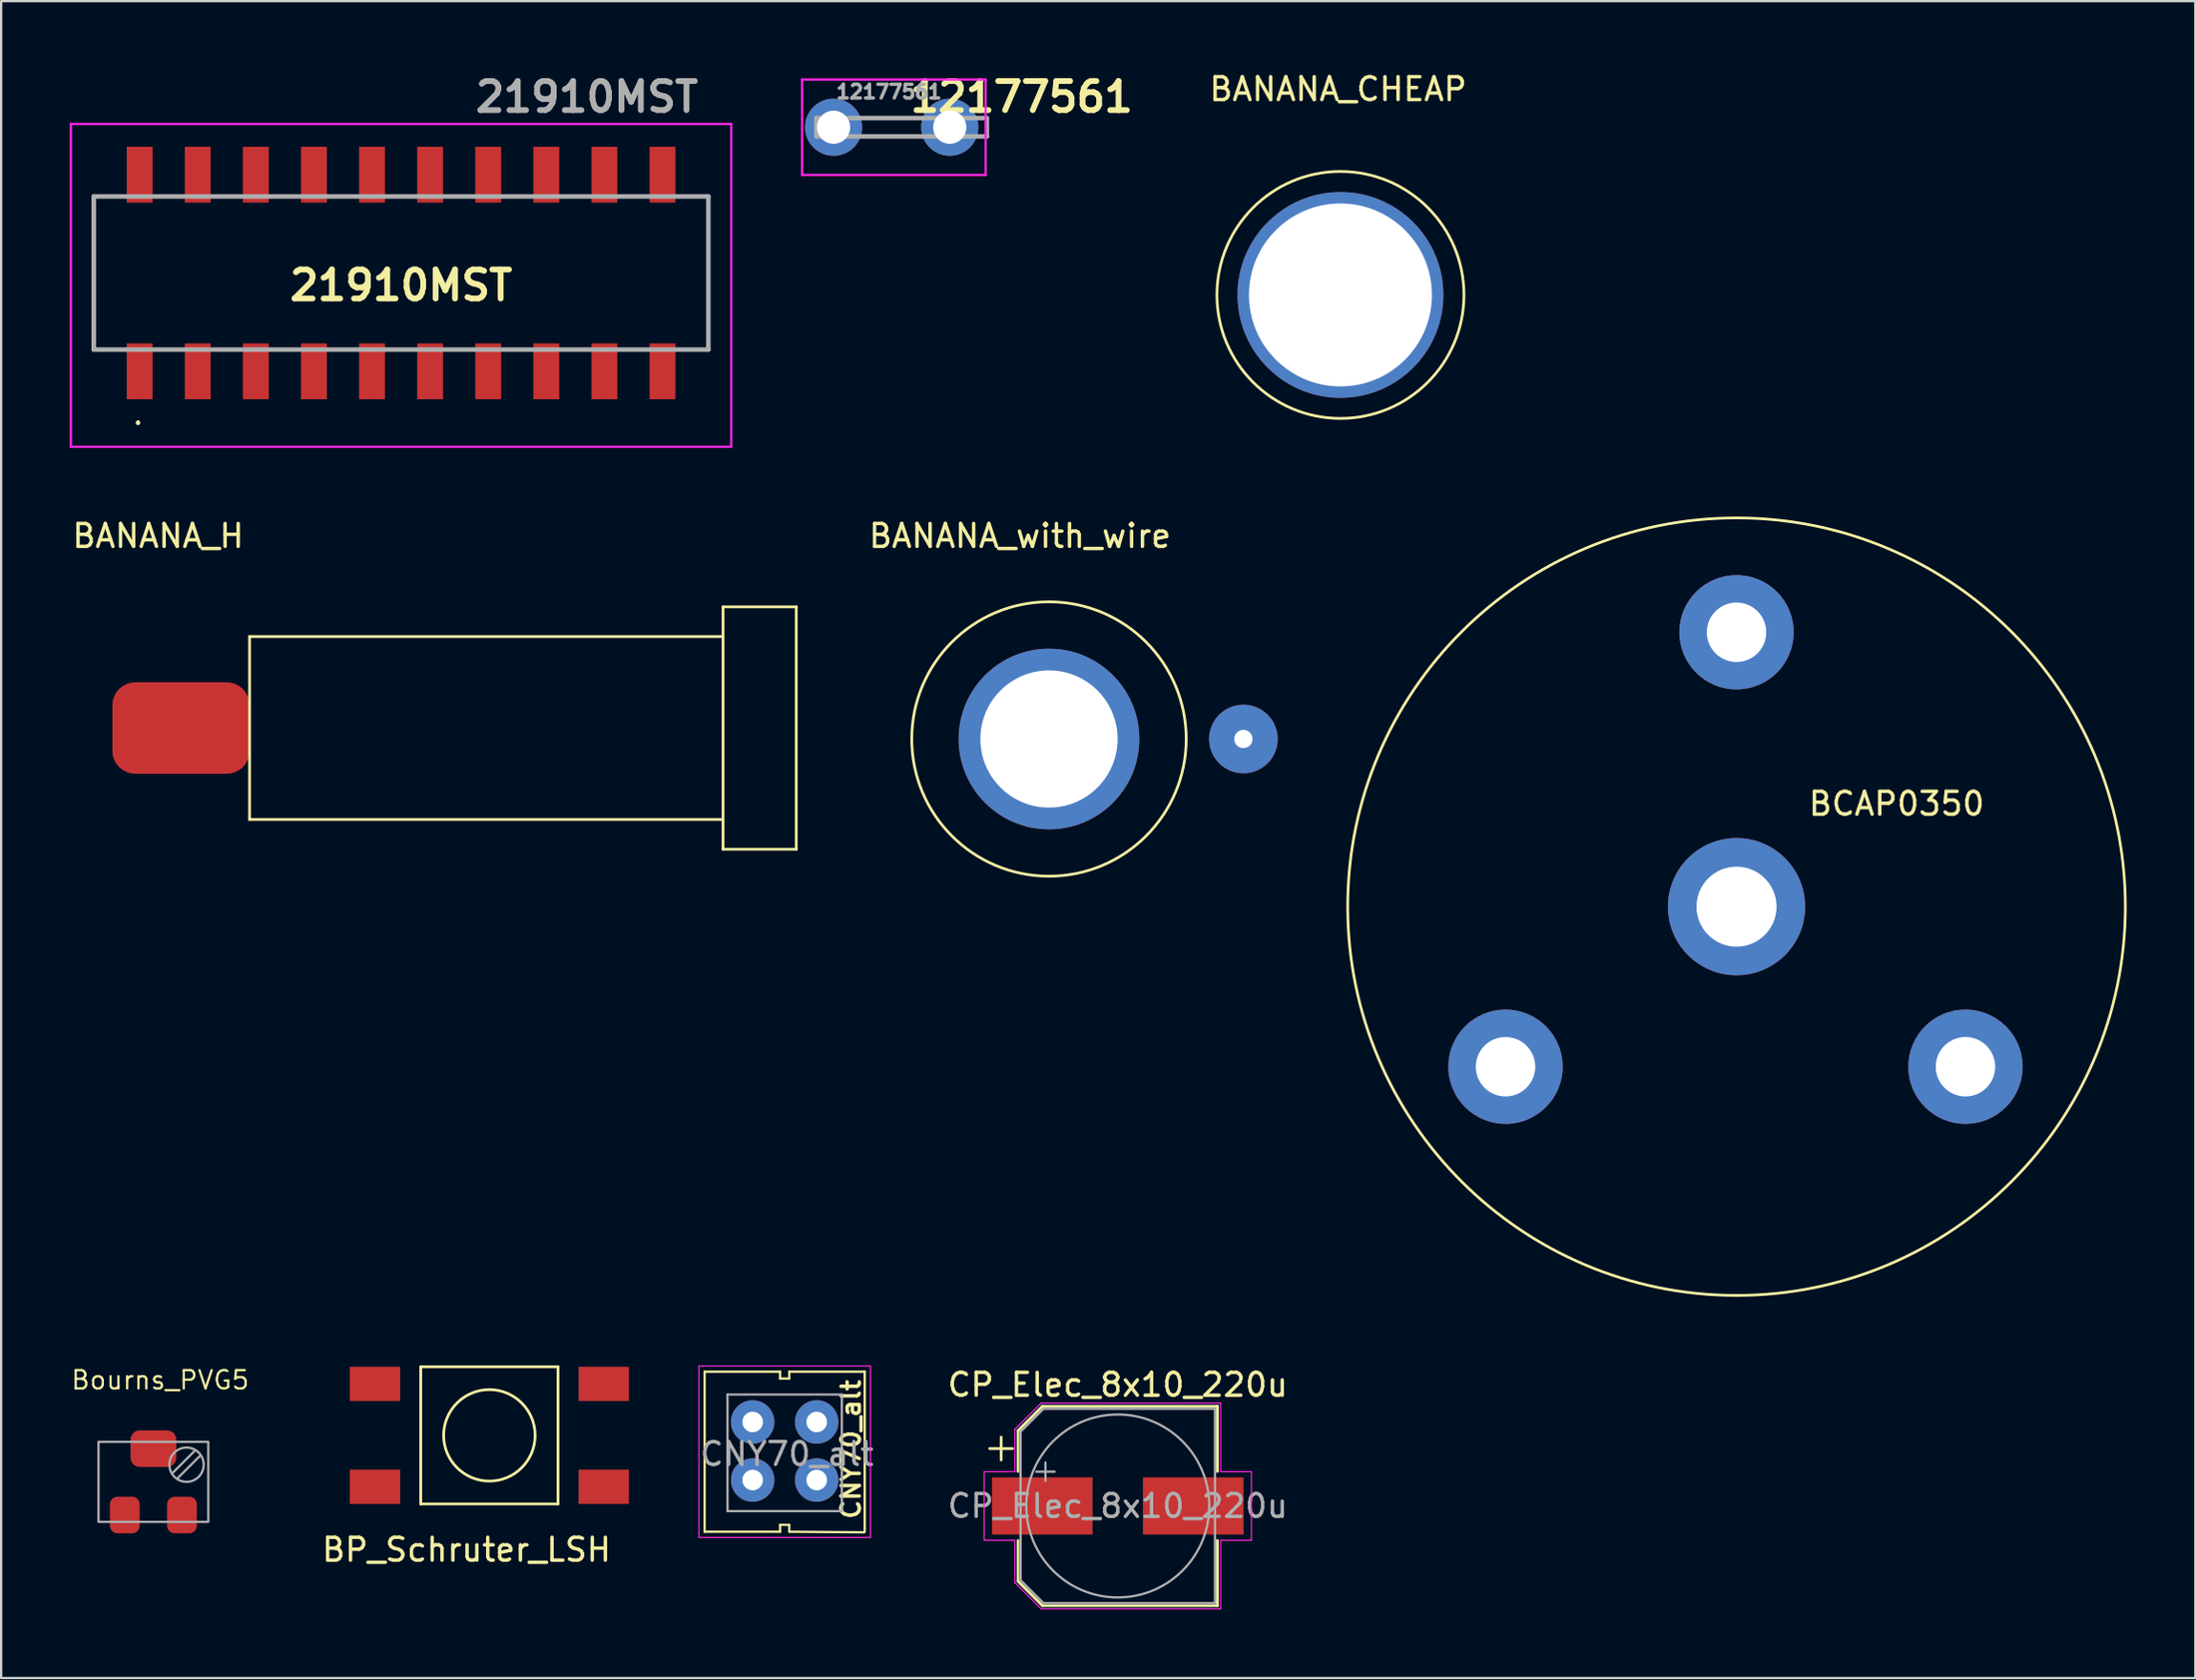
<source format=kicad_pcb>
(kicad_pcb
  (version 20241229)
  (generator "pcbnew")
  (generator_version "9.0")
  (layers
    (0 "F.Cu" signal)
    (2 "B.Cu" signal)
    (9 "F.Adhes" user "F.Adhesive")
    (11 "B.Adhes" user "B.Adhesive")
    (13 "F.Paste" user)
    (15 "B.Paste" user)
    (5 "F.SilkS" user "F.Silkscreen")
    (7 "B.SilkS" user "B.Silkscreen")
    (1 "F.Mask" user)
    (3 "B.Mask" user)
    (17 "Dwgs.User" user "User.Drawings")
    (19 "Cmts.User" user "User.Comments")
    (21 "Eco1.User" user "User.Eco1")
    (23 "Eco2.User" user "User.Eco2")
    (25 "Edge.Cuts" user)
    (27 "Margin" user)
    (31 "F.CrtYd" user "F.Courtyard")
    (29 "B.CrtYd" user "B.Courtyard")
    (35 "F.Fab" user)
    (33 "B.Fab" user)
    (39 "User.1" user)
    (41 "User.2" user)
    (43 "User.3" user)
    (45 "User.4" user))
  (footprint "Bourns_PVG5"
    (layer "F.Cu")
    (at 3.656 61.752)
    (property "Reference" "Bourns_PVG5" (at 0.3 -4.45 0) (unlocked yes) (layer "F.SilkS") (effects (font (size 0.8 0.8) (thickness 0.1))))
    (attr smd)
    (fp_line (start 1.8 -1.35) (end 0.85 -0.4) (stroke (width 0.1) (type solid)) (layer "F.Fab"))
    (fp_line (start 2.05 -1.15) (end 1.05 -0.15) (stroke (width 0.1) (type solid)) (layer "F.Fab"))
    (fp_rect (start -2.4 -1.75) (end 2.4 1.75) (stroke (width 0.1) (type solid)) (fill no) (layer "F.Fab"))
    (fp_circle (center 1.45 -0.75) (end 1.45 0) (stroke (width 0.1) (type solid)) (fill no) (layer "F.Fab"))
    (pad "1" smd roundrect (at -1.25 1.45) (size 1.3 1.6) (layers "F.Cu" "F.Mask" "F.Paste") (roundrect_rratio 0.25))
    (pad "2" smd roundrect (at 0 -1.45) (size 2 1.6) (layers "F.Cu" "F.Mask" "F.Paste") (roundrect_rratio 0.25))
    (pad "3" smd roundrect (at 1.25 1.45) (size 1.3 1.6) (layers "F.Cu" "F.Mask" "F.Paste") (roundrect_rratio 0.25)))
  (footprint "BANANA_CHEAP"
    (layer "F.Cu")
    (at 55.556 9.848)
    (property "Reference" "BANANA_CHEAP" (at -0.1 -9 0) (unlocked yes) (layer "F.SilkS") (effects (font (size 1 1) (thickness 0.15))))
    (attr through_hole)
    (fp_circle (center 0 0) (end 5.4 0) (stroke (width 0.12) (type solid)) (fill no) (layer "F.SilkS"))
    (pad "1" thru_hole circle (at 0 0) (size 9 9) (drill 8) (layers "*.Cu" "*.Mask")))
  (footprint "BANANA_H"
    (layer "F.Cu")
    (at 4.963 28.787)
    (property "Reference" "BANANA_H" (at -1.1 -8.4 0) (unlocked yes) (layer "F.SilkS") (effects (font (size 1 1) (thickness 0.15))))
    (attr smd)
    (fp_line (start 2.9 -4) (end 23.6 -4) (stroke (width 0.12) (type solid)) (layer "F.SilkS"))
    (fp_line (start 2.9 4) (end 2.9 -4) (stroke (width 0.12) (type solid)) (layer "F.SilkS"))
    (fp_line (start 23.6 -5.3) (end 26.8 -5.3) (stroke (width 0.12) (type solid)) (layer "F.SilkS"))
    (fp_line (start 23.6 -4) (end 23.6 -5.3) (stroke (width 0.12) (type solid)) (layer "F.SilkS"))
    (fp_line (start 23.6 -4) (end 23.6 4) (stroke (width 0.12) (type solid)) (layer "F.SilkS"))
    (fp_line (start 23.6 4) (end 2.9 4) (stroke (width 0.12) (type solid)) (layer "F.SilkS"))
    (fp_line (start 23.6 5.3) (end 23.6 4) (stroke (width 0.12) (type solid)) (layer "F.SilkS"))
    (fp_line (start 26.8 -5.3) (end 26.8 5.3) (stroke (width 0.12) (type solid)) (layer "F.SilkS"))
    (fp_line (start 26.8 5.3) (end 23.6 5.3) (stroke (width 0.12) (type solid)) (layer "F.SilkS"))
    (pad "1" smd roundrect (at -0.1 0) (size 6 4) (layers "F.Cu" "F.Mask" "F.Paste") (roundrect_rratio 0.25)))
  (footprint "BCAP0350"
    (layer "F.Cu")
    (at 72.873 36.599)
    (property "Reference" "BCAP0350" (at 7 -4.5 0) (layer "F.SilkS") (effects (font (size 1 1) (thickness 0.15))))
    (attr through_hole)
    (fp_circle (center 0 0) (end 17 0) (stroke (width 0.12) (type solid)) (fill no) (layer "F.SilkS"))
    (pad "1" thru_hole circle (at -10.1 7) (size 5 5) (drill 2.6) (layers "*.Cu" "*.Mask"))
    (pad "1" thru_hole circle (at 0 -12) (size 5 5) (drill 2.6) (layers "*.Cu" "*.Mask"))
    (pad "1" thru_hole circle (at 10.01 7) (size 5 5) (drill 2.6) (layers "*.Cu" "*.Mask"))
    (pad "2" thru_hole circle (at 0 0) (size 6 6) (drill 3.5) (layers "*.Cu" "*.Mask")))
  (footprint "BP_Schruter_LSH"
    (layer "F.Cu")
    (at 18.346 59.719)
    (property "Reference" "BP_Schruter_LSH" (at -1 5 0) (layer "F.SilkS") (effects (font (size 1 1) (thickness 0.15))))
    (attr through_hole)
    (fp_line (start -3 -3) (end -3 3) (stroke (width 0.12) (type solid)) (layer "F.SilkS"))
    (fp_line (start -3 3) (end 3 3) (stroke (width 0.12) (type solid)) (layer "F.SilkS"))
    (fp_line (start 3 -3) (end -3 -3) (stroke (width 0.12) (type solid)) (layer "F.SilkS"))
    (fp_line (start 3 3) (end 3 -3) (stroke (width 0.12) (type solid)) (layer "F.SilkS"))
    (fp_circle (center 0 0) (end 0 2) (stroke (width 0.12) (type solid)) (fill no) (layer "F.SilkS"))
    (pad "1" smd rect (at -5 -2.25) (size 2.2 1.5) (layers "F.Cu" "F.Mask" "F.Paste"))
    (pad "1" smd rect (at 5 -2.25) (size 2.2 1.5) (layers "F.Cu" "F.Mask" "F.Paste"))
    (pad "2" smd rect (at -5 2.25) (size 2.2 1.5) (layers "F.Cu" "F.Mask" "F.Paste"))
    (pad "2" smd rect (at 5 2.25) (size 2.2 1.5) (layers "F.Cu" "F.Mask" "F.Paste")))
  (footprint "21910MST"
    (layer "F.Cu")
    (at 14.485 8.889)
    (property "Reference" "21910MST" (at 0 0.54 0) (layer "F.SilkS") (effects (font (size 1.27 1.27) (thickness 0.254))))
    (attr smd)
    (fp_line (start -13.435 3) (end -13.435 -3.35) (stroke (width 0.1) (type solid)) (layer "F.SilkS"))
    (fp_line (start -11.5 6.5) (end -11.5 6.5) (stroke (width 0.1) (type solid)) (layer "F.SilkS"))
    (fp_line (start -11.5 6.6) (end -11.5 6.6) (stroke (width 0.1) (type solid)) (layer "F.SilkS"))
    (fp_line (start 13.435 3) (end 13.435 -3.35) (stroke (width 0.1) (type solid)) (layer "F.SilkS"))
    (fp_arc (start -11.5 6.5) (mid -11.45 6.55) (end -11.5 6.6) (stroke (width 0.1) (type solid)) (layer "F.SilkS"))
    (fp_arc (start -11.5 6.6) (mid -11.55 6.55) (end -11.5 6.5) (stroke (width 0.1) (type solid)) (layer "F.SilkS"))
    (fp_line (start -14.435 -6.52) (end 14.435 -6.52) (stroke (width 0.1) (type solid)) (layer "F.CrtYd"))
    (fp_line (start -14.435 7.6) (end -14.435 -6.52) (stroke (width 0.1) (type solid)) (layer "F.CrtYd"))
    (fp_line (start 14.435 -6.52) (end 14.435 7.6) (stroke (width 0.1) (type solid)) (layer "F.CrtYd"))
    (fp_line (start 14.435 7.6) (end -14.435 7.6) (stroke (width 0.1) (type solid)) (layer "F.CrtYd"))
    (fp_line (start -13.435 -3.35) (end 13.435 -3.35) (stroke (width 0.2) (type solid)) (layer "F.Fab"))
    (fp_line (start -13.435 3.35) (end -13.435 -3.35) (stroke (width 0.2) (type solid)) (layer "F.Fab"))
    (fp_line (start 13.435 -3.35) (end 13.435 3.35) (stroke (width 0.2) (type solid)) (layer "F.Fab"))
    (fp_line (start 13.435 3.35) (end -13.435 3.35) (stroke (width 0.2) (type solid)) (layer "F.Fab"))
    (fp_text user "${REFERENCE}" (at 8.125 -7.7 0) (layer "F.Fab") (effects (font (size 1.27 1.27) (thickness 0.254))))
    (pad "1" smd rect (at -11.43 4.3) (size 1.13 2.44) (layers "F.Cu" "F.Mask" "F.Paste"))
    (pad "2" smd rect (at -8.89 4.3) (size 1.13 2.44) (layers "F.Cu" "F.Mask" "F.Paste"))
    (pad "3" smd rect (at -6.35 4.3) (size 1.13 2.44) (layers "F.Cu" "F.Mask" "F.Paste"))
    (pad "4" smd rect (at -3.81 4.3) (size 1.13 2.44) (layers "F.Cu" "F.Mask" "F.Paste"))
    (pad "5" smd rect (at -1.27 4.3) (size 1.13 2.44) (layers "F.Cu" "F.Mask" "F.Paste"))
    (pad "6" smd rect (at 1.27 4.3) (size 1.13 2.44) (layers "F.Cu" "F.Mask" "F.Paste"))
    (pad "7" smd rect (at 3.81 4.3) (size 1.13 2.44) (layers "F.Cu" "F.Mask" "F.Paste"))
    (pad "8" smd rect (at 6.35 4.3) (size 1.13 2.44) (layers "F.Cu" "F.Mask" "F.Paste"))
    (pad "9" smd rect (at 8.89 4.3) (size 1.13 2.44) (layers "F.Cu" "F.Mask" "F.Paste"))
    (pad "10" smd rect (at 11.43 4.3) (size 1.13 2.44) (layers "F.Cu" "F.Mask" "F.Paste"))
    (pad "11" smd rect (at 11.43 -4.3) (size 1.13 2.44) (layers "F.Cu" "F.Mask" "F.Paste"))
    (pad "12" smd rect (at 8.89 -4.3) (size 1.13 2.44) (layers "F.Cu" "F.Mask" "F.Paste"))
    (pad "13" smd rect (at 6.35 -4.3) (size 1.13 2.44) (layers "F.Cu" "F.Mask" "F.Paste"))
    (pad "14" smd rect (at 3.81 -4.3) (size 1.13 2.44) (layers "F.Cu" "F.Mask" "F.Paste"))
    (pad "15" smd rect (at 1.27 -4.3) (size 1.13 2.44) (layers "F.Cu" "F.Mask" "F.Paste"))
    (pad "16" smd rect (at -1.27 -4.3) (size 1.13 2.44) (layers "F.Cu" "F.Mask" "F.Paste"))
    (pad "17" smd rect (at -3.81 -4.3) (size 1.13 2.44) (layers "F.Cu" "F.Mask" "F.Paste"))
    (pad "18" smd rect (at -6.35 -4.3) (size 1.13 2.44) (layers "F.Cu" "F.Mask" "F.Paste"))
    (pad "19" smd rect (at -8.89 -4.3) (size 1.13 2.44) (layers "F.Cu" "F.Mask" "F.Paste"))
    (pad "20" smd rect (at -11.43 -4.3) (size 1.13 2.44) (layers "F.Cu" "F.Mask" "F.Paste")))
  (footprint "BANANA_with_wire"
    (layer "F.Cu")
    (at 42.813 29.267)
    (property "Reference" "BANANA_with_wire" (at -1.27 -8.88 0) (unlocked yes) (layer "F.SilkS") (effects (font (size 1 1) (thickness 0.15))))
    (attr smd)
    (fp_circle (center 0 0) (end 6 0) (stroke (width 0.12) (type solid)) (fill no) (layer "F.SilkS"))
    (pad "" thru_hole circle (at 0 0) (size 7.9 7.9) (drill 6) (layers "*.Cu" "*.Mask"))
    (pad "1" thru_hole circle (at 8.5 0) (size 3 3) (drill 0.8) (layers "*.Cu" "*.Mask")))
  (footprint "CP_Elec_8x10_220u"
    (layer "F.Cu")
    (at 45.821 62.807)
    (property "Reference" "CP_Elec_8x10_220u" (at 0 -5.3 0) (layer "F.SilkS") (effects (font (size 1 1) (thickness 0.15))))
    (attr smd)
    (fp_line (start -5.6 -2.51) (end -4.6 -2.51) (stroke (width 0.12) (type solid)) (layer "F.SilkS"))
    (fp_line (start -5.1 -3.01) (end -5.1 -2.01) (stroke (width 0.12) (type solid)) (layer "F.SilkS"))
    (fp_line (start -4.36 -3.296) (end -4.36 -1.51) (stroke (width 0.12) (type solid)) (layer "F.SilkS"))
    (fp_line (start -4.36 -3.296) (end -3.296 -4.36) (stroke (width 0.12) (type solid)) (layer "F.SilkS"))
    (fp_line (start -4.36 3.296) (end -4.36 1.51) (stroke (width 0.12) (type solid)) (layer "F.SilkS"))
    (fp_line (start -4.36 3.296) (end -3.296 4.36) (stroke (width 0.12) (type solid)) (layer "F.SilkS"))
    (fp_line (start -3.296 -4.36) (end 4.36 -4.36) (stroke (width 0.12) (type solid)) (layer "F.SilkS"))
    (fp_line (start -3.296 4.36) (end 4.36 4.36) (stroke (width 0.12) (type solid)) (layer "F.SilkS"))
    (fp_line (start 4.36 -4.36) (end 4.36 -1.51) (stroke (width 0.12) (type solid)) (layer "F.SilkS"))
    (fp_line (start 4.36 4.36) (end 4.36 1.51) (stroke (width 0.12) (type solid)) (layer "F.SilkS"))
    (fp_line (start -5.842 -1.5) (end -5.842 1.5) (stroke (width 0.05) (type solid)) (layer "F.CrtYd"))
    (fp_line (start -5.842 1.5) (end -4.5 1.5) (stroke (width 0.05) (type solid)) (layer "F.CrtYd"))
    (fp_line (start -4.5 -3.35) (end -4.5 -1.5) (stroke (width 0.05) (type solid)) (layer "F.CrtYd"))
    (fp_line (start -4.5 -3.35) (end -3.35 -4.5) (stroke (width 0.05) (type solid)) (layer "F.CrtYd"))
    (fp_line (start -4.5 -1.5) (end -5.842 -1.5) (stroke (width 0.05) (type solid)) (layer "F.CrtYd"))
    (fp_line (start -4.5 1.5) (end -4.5 3.35) (stroke (width 0.05) (type solid)) (layer "F.CrtYd"))
    (fp_line (start -4.5 3.35) (end -3.35 4.5) (stroke (width 0.05) (type solid)) (layer "F.CrtYd"))
    (fp_line (start -3.35 -4.5) (end 4.5 -4.5) (stroke (width 0.05) (type solid)) (layer "F.CrtYd"))
    (fp_line (start -3.35 4.5) (end 4.5 4.5) (stroke (width 0.05) (type solid)) (layer "F.CrtYd"))
    (fp_line (start 4.5 -4.5) (end 4.5 -1.5) (stroke (width 0.05) (type solid)) (layer "F.CrtYd"))
    (fp_line (start 4.5 -1.5) (end 5.842 -1.5) (stroke (width 0.05) (type solid)) (layer "F.CrtYd"))
    (fp_line (start 4.5 1.5) (end 4.5 4.5) (stroke (width 0.05) (type solid)) (layer "F.CrtYd"))
    (fp_line (start 5.842 -1.5) (end 5.842 1.5) (stroke (width 0.05) (type solid)) (layer "F.CrtYd"))
    (fp_line (start 5.842 1.5) (end 4.5 1.5) (stroke (width 0.05) (type solid)) (layer "F.CrtYd"))
    (fp_line (start -4.25 -3.25) (end -4.25 3.25) (stroke (width 0.1) (type solid)) (layer "F.Fab"))
    (fp_line (start -4.25 -3.25) (end -3.25 -4.25) (stroke (width 0.1) (type solid)) (layer "F.Fab"))
    (fp_line (start -4.25 3.25) (end -3.25 4.25) (stroke (width 0.1) (type solid)) (layer "F.Fab"))
    (fp_line (start -3.562 -1.5) (end -2.762 -1.5) (stroke (width 0.1) (type solid)) (layer "F.Fab"))
    (fp_line (start -3.25 -4.25) (end 4.25 -4.25) (stroke (width 0.1) (type solid)) (layer "F.Fab"))
    (fp_line (start -3.25 4.25) (end 4.25 4.25) (stroke (width 0.1) (type solid)) (layer "F.Fab"))
    (fp_line (start -3.162 -1.9) (end -3.162 -1.1) (stroke (width 0.1) (type solid)) (layer "F.Fab"))
    (fp_line (start 4.25 -4.25) (end 4.25 4.25) (stroke (width 0.1) (type solid)) (layer "F.Fab"))
    (fp_circle (center 0 0) (end 4 0) (stroke (width 0.1) (type solid)) (fill no) (layer "F.Fab"))
    (fp_text user "${REFERENCE}" (at 0 0 0) (layer "F.Fab") (effects (font (size 1 1) (thickness 0.15))))
    (pad "1" smd rect (at -3.3 0) (size 4.4 2.5) (layers "F.Cu" "F.Mask" "F.Paste"))
    (pad "2" smd rect (at 3.3 0) (size 4.4 2.5) (layers "F.Cu" "F.Mask" "F.Paste")))
  (footprint "12177561"
    (layer "F.Cu")
    (at 33.395 2.514)
    (property "Reference" "12177561" (at 8.225 -1.325 0) (layer "F.SilkS") (effects (font (size 1.27 1.27) (thickness 0.254))))
    (attr through_hole)
    (fp_line (start 1.54 -0.4) (end 3.54 -0.4) (stroke (width 0.1) (type solid)) (layer "F.SilkS"))
    (fp_line (start 1.54 0.4) (end 3.54 0.4) (stroke (width 0.1) (type solid)) (layer "F.SilkS"))
    (fp_line (start 6.6 -0.4) (end 6.7 -0.4) (stroke (width 0.1) (type solid)) (layer "F.SilkS"))
    (fp_line (start 6.7 -0.4) (end 6.7 0.4) (stroke (width 0.1) (type solid)) (layer "F.SilkS"))
    (fp_line (start 6.7 0.4) (end 6.6 0.4) (stroke (width 0.1) (type solid)) (layer "F.SilkS"))
    (fp_line (start -1.375 -2.087) (end 6.65 -2.087) (stroke (width 0.1) (type solid)) (layer "F.CrtYd"))
    (fp_line (start -1.375 2.087) (end -1.375 -2.087) (stroke (width 0.1) (type solid)) (layer "F.CrtYd"))
    (fp_line (start 6.65 -2.087) (end 6.65 2.087) (stroke (width 0.1) (type solid)) (layer "F.CrtYd"))
    (fp_line (start 6.65 2.087) (end -1.375 2.087) (stroke (width 0.1) (type solid)) (layer "F.CrtYd"))
    (fp_line (start -0.75 -0.4) (end 6.7 -0.4) (stroke (width 0.2) (type solid)) (layer "F.Fab"))
    (fp_line (start -0.75 0.4) (end -0.75 -0.4) (stroke (width 0.2) (type solid)) (layer "F.Fab"))
    (fp_line (start 6.7 -0.4) (end 6.7 0.4) (stroke (width 0.2) (type solid)) (layer "F.Fab"))
    (fp_line (start 6.7 0.4) (end -0.75 0.4) (stroke (width 0.2) (type solid)) (layer "F.Fab"))
    (fp_text user "${REFERENCE}" (at 2.425 -1.55 0) (layer "F.Fab") (effects (font (size 0.6 0.6) (thickness 0.15))))
    (pad "1" thru_hole circle (at 0 0) (size 2.5 2.5) (drill 1.45) (layers "*.Cu" "*.Mask"))
    (pad "1" thru_hole circle (at 5.08 0) (size 2.5 2.5) (drill 1.45) (layers "*.Cu" "*.Mask")))
  (footprint "CNY70_alt"
    (layer "F.Cu")
    (at 29.857 59.134)
    (property "Reference" "CNY70_alt" (at 4.3 1.2 90) (layer "F.SilkS") (effects (font (size 0.8 0.8) (thickness 0.15))))
    (attr through_hole)
    (fp_line (start -2.1 -2.2) (end 1.2 -2.2) (stroke (width 0.1) (type solid)) (layer "F.SilkS"))
    (fp_line (start -2.1 4.8) (end -2.1 -2.2) (stroke (width 0.1) (type solid)) (layer "F.SilkS"))
    (fp_line (start -2.1 4.8) (end 1.2 4.8) (stroke (width 0.1) (type solid)) (layer "F.SilkS"))
    (fp_line (start 1.2 -2.2) (end 1.2 -1.9) (stroke (width 0.1) (type solid)) (layer "F.SilkS"))
    (fp_line (start 1.2 -1.9) (end 1.6 -1.9) (stroke (width 0.1) (type solid)) (layer "F.SilkS"))
    (fp_line (start 1.2 4.5) (end 1.2 4.8) (stroke (width 0.1) (type solid)) (layer "F.SilkS"))
    (fp_line (start 1.6 -2.2) (end 4.9 -2.2) (stroke (width 0.1) (type solid)) (layer "F.SilkS"))
    (fp_line (start 1.6 -1.9) (end 1.6 -2.2) (stroke (width 0.1) (type solid)) (layer "F.SilkS"))
    (fp_line (start 1.6 4.5) (end 1.2 4.5) (stroke (width 0.1) (type solid)) (layer "F.SilkS"))
    (fp_line (start 1.6 4.8) (end 1.6 4.5) (stroke (width 0.1) (type solid)) (layer "F.SilkS"))
    (fp_line (start 1.6 4.8) (end 4.877 4.826) (stroke (width 0.1) (type solid)) (layer "F.SilkS"))
    (fp_line (start 4.9 -2.2) (end 4.9 4.8) (stroke (width 0.1) (type solid)) (layer "F.SilkS"))
    (fp_line (start -2.35 -2.45) (end -2.35 5.05) (stroke (width 0.05) (type solid)) (layer "F.CrtYd"))
    (fp_line (start -2.35 -2.45) (end 5.15 -2.45) (stroke (width 0.05) (type solid)) (layer "F.CrtYd"))
    (fp_line (start 5.15 5.05) (end -2.35 5.05) (stroke (width 0.05) (type solid)) (layer "F.CrtYd"))
    (fp_line (start 5.15 5.05) (end 5.15 -2.45) (stroke (width 0.05) (type solid)) (layer "F.CrtYd"))
    (fp_line (start -1.1 -1.2) (end -1.1 3.9) (stroke (width 0.1) (type solid)) (layer "F.Fab"))
    (fp_line (start -1.1 3.9) (end 3.9 3.9) (stroke (width 0.1) (type solid)) (layer "F.Fab"))
    (fp_line (start 3.9 -1.2) (end -1.1 -1.2) (stroke (width 0.1) (type solid)) (layer "F.Fab"))
    (fp_line (start 3.9 3.9) (end 3.9 -1.2) (stroke (width 0.1) (type solid)) (layer "F.Fab"))
    (fp_text user "${REFERENCE}" (at 1.5 1.4 180) (layer "F.Fab") (effects (font (size 1 1) (thickness 0.15))))
    (pad "1" thru_hole circle (at 0 0) (size 1.9 1.9) (drill 0.9) (layers "*.Cu" "*.Mask"))
    (pad "2" thru_hole circle (at 0 2.54) (size 1.9 1.9) (drill 0.9) (layers "*.Cu" "*.Mask"))
    (pad "3" thru_hole circle (at 2.8 2.54) (size 1.9 1.9) (drill 0.9) (layers "*.Cu" "*.Mask"))
    (pad "4" thru_hole circle (at 2.8 0) (size 1.9 1.9) (drill 0.9) (layers "*.Cu" "*.Mask")))
  (gr_rect
    (start -3 -3)
    (end 92.933 70.332)
    (stroke (width 0.1) (type default))
    (fill no)
    (layer "Edge.Cuts")))
</source>
